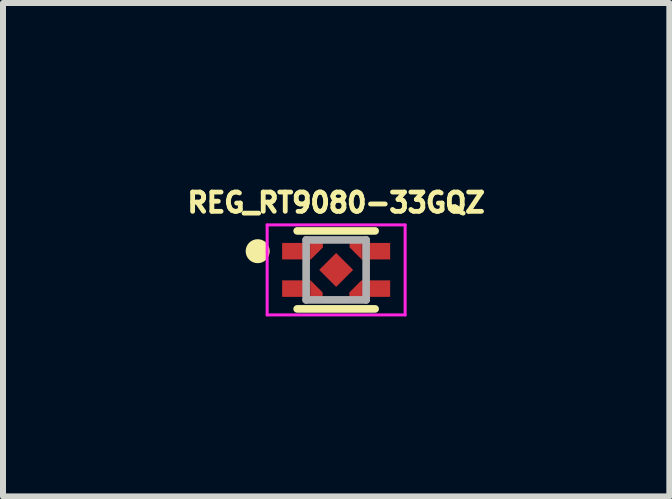
<source format=kicad_pcb>
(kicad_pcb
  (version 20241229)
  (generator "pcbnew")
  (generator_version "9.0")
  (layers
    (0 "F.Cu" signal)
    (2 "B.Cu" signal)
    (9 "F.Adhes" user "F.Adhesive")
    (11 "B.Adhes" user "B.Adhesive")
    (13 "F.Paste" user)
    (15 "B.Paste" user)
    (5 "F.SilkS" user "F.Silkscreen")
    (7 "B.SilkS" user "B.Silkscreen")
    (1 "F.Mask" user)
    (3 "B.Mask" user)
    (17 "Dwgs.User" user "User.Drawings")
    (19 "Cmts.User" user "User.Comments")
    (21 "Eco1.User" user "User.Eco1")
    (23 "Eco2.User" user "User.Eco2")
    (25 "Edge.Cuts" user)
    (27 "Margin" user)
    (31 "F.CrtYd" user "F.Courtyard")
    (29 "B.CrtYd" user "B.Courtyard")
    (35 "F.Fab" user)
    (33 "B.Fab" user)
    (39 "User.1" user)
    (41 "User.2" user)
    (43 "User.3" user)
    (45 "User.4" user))
  (footprint "REG_RT9080-33GQZ"
    (layer "F.Cu")
    (at 2.553 1.449)
    (property "Reference" "REG_RT9080-33GQZ" (at 0 -1.121 0) (layer "F.SilkS") (effects (font (size 0.321 0.321) (thickness 0.15))))
    (attr smd)
    (fp_poly (pts (xy -0.426 -0.45) (xy -0.225 -0.45) (xy -0.225 -0.376) (xy -0.426 -0.175)) (stroke (width 0.001) (type solid)) (fill yes) (layer "F.Cu"))
    (fp_poly (pts (xy -0.426 -0.45) (xy -0.225 -0.45) (xy -0.225 -0.376) (xy -0.426 -0.175)) (stroke (width 0.001) (type solid)) (fill yes) (layer "F.Cu"))
    (fp_poly (pts (xy -0.426 0.45) (xy -0.225 0.45) (xy -0.225 0.376) (xy -0.426 0.175)) (stroke (width 0.001) (type solid)) (fill yes) (layer "F.Cu"))
    (fp_poly (pts (xy 0.426 -0.45) (xy 0.225 -0.45) (xy 0.225 -0.376) (xy 0.426 -0.175)) (stroke (width 0.001) (type solid)) (fill yes) (layer "F.Cu"))
    (fp_poly (pts (xy 0.426 0.45) (xy 0.225 0.45) (xy 0.225 0.376) (xy 0.426 0.175)) (stroke (width 0.001) (type solid)) (fill yes) (layer "F.Cu"))
    (fp_poly (pts (xy 0.426 0.45) (xy 0.225 0.45) (xy 0.225 0.376) (xy 0.426 0.175)) (stroke (width 0.001) (type solid)) (fill yes) (layer "F.Cu"))
    (fp_poly (pts (xy -1 -0.55) (xy -0.12 -0.55) (xy -0.12 -0.35) (xy -0.41 -0.07) (xy -1 -0.07)) (stroke (width 0.001) (type solid)) (fill yes) (layer "F.Mask"))
    (fp_poly (pts (xy -1 0.55) (xy -0.12 0.55) (xy -0.12 0.35) (xy -0.41 0.07) (xy -1 0.07)) (stroke (width 0.001) (type solid)) (fill yes) (layer "F.Mask"))
    (fp_poly (pts (xy 1 -0.55) (xy 0.12 -0.55) (xy 0.12 -0.35) (xy 0.41 -0.07) (xy 1 -0.07)) (stroke (width 0.001) (type solid)) (fill yes) (layer "F.Mask"))
    (fp_poly (pts (xy 1 0.55) (xy 0.12 0.55) (xy 0.12 0.35) (xy 0.41 0.07) (xy 1 0.07)) (stroke (width 0.001) (type solid)) (fill yes) (layer "F.Mask"))
    (fp_line (start -0.65 -0.65) (end 0.65 -0.65) (stroke (width 0.127) (type solid)) (layer "F.SilkS"))
    (fp_line (start -0.65 0.65) (end 0.65 0.65) (stroke (width 0.127) (type solid)) (layer "F.SilkS"))
    (fp_circle (center -1.308 -0.312) (end -1.208 -0.312) (stroke (width 0.2) (type solid)) (fill no) (layer "F.SilkS"))
    (fp_poly (pts (xy -0.426 -0.45) (xy -0.225 -0.45) (xy -0.225 -0.376) (xy -0.426 -0.175)) (stroke (width 0.001) (type solid)) (fill yes) (layer "F.Paste"))
    (fp_poly (pts (xy -0.426 -0.45) (xy -0.225 -0.45) (xy -0.225 -0.376) (xy -0.426 -0.175)) (stroke (width 0.001) (type solid)) (fill yes) (layer "F.Paste"))
    (fp_poly (pts (xy -0.426 0.45) (xy -0.225 0.45) (xy -0.225 0.376) (xy -0.426 0.175)) (stroke (width 0.001) (type solid)) (fill yes) (layer "F.Paste"))
    (fp_poly (pts (xy 0.426 -0.45) (xy 0.225 -0.45) (xy 0.225 -0.376) (xy 0.426 -0.175)) (stroke (width 0.001) (type solid)) (fill yes) (layer "F.Paste"))
    (fp_poly (pts (xy 0.426 0.45) (xy 0.225 0.45) (xy 0.225 0.376) (xy 0.426 0.175)) (stroke (width 0.001) (type solid)) (fill yes) (layer "F.Paste"))
    (fp_poly (pts (xy 0.426 0.45) (xy 0.225 0.45) (xy 0.225 0.376) (xy 0.426 0.175)) (stroke (width 0.001) (type solid)) (fill yes) (layer "F.Paste"))
    (fp_line (start -1.15 -0.75) (end 1.15 -0.75) (stroke (width 0.05) (type solid)) (layer "F.CrtYd"))
    (fp_line (start -1.15 0.75) (end -1.15 -0.75) (stroke (width 0.05) (type solid)) (layer "F.CrtYd"))
    (fp_line (start 1.15 -0.75) (end 1.15 0.75) (stroke (width 0.05) (type solid)) (layer "F.CrtYd"))
    (fp_line (start 1.15 0.75) (end -1.15 0.75) (stroke (width 0.05) (type solid)) (layer "F.CrtYd"))
    (fp_line (start -0.5 -0.5) (end 0.5 -0.5) (stroke (width 0.127) (type solid)) (layer "F.Fab"))
    (fp_line (start -0.5 0.5) (end -0.5 -0.5) (stroke (width 0.127) (type solid)) (layer "F.Fab"))
    (fp_line (start 0.5 -0.5) (end 0.5 0.5) (stroke (width 0.127) (type solid)) (layer "F.Fab"))
    (fp_line (start 0.5 0.5) (end -0.5 0.5) (stroke (width 0.127) (type solid)) (layer "F.Fab"))
    (pad "1" smd rect (at -0.663 -0.312) (size 0.474 0.275) (layers "F.Cu" "F.Paste"))
    (pad "2" smd rect (at -0.663 0.312) (size 0.474 0.275) (layers "F.Cu" "F.Paste"))
    (pad "3" smd rect (at 0.663 0.312 180) (size 0.474 0.275) (layers "F.Cu" "F.Paste"))
    (pad "4" smd rect (at 0.663 -0.312 180) (size 0.474 0.275) (layers "F.Cu" "F.Paste"))
    (pad "5" smd rect (at 0 0 45) (size 0.4 0.4) (layers "F.Cu" "F.Mask" "F.Paste")))
  (gr_rect
    (start -3 -3)
    (end 8.107 5.224)
    (stroke (width 0.1) (type default))
    (fill no)
    (layer "Edge.Cuts")))
</source>
